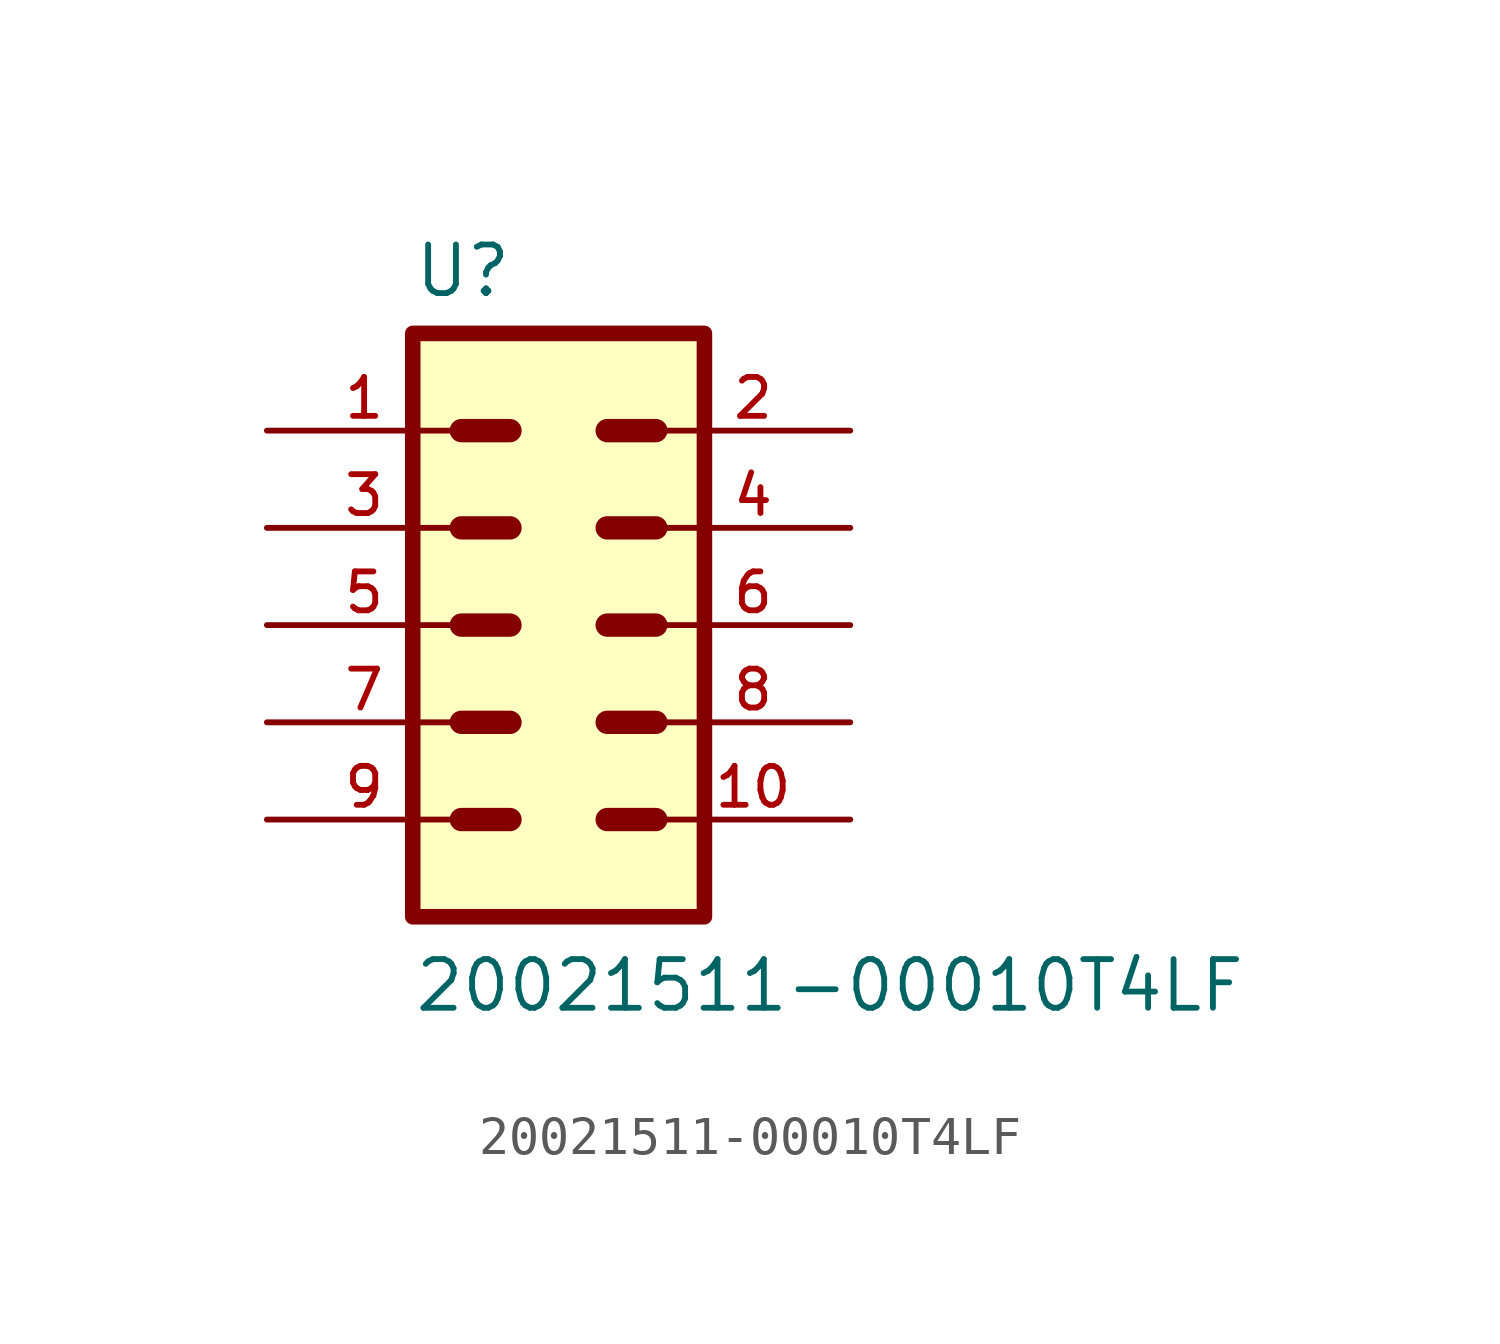
<source format=kicad_sym>
(kicad_symbol_lib
  (version 20211014)
  (generator kicad_symbol_editor)
  (symbol "20021511-00010T4LF"
    (pin_names
      (offset 1.016))
    (property "Reference" "U"
      (at -3.81 8.509 0)
      (effects (font (size 1.27 1.27)) (justify bottom left)))
    (property "Value" "20021511-00010T4LF"
      (at -3.81 -10.16 0)
      (effects (font (size 1.27 1.27)) (justify bottom left)))
    (symbol "20021511-00010T4LF_0_0"
      (polyline (pts (xy 1.27 5.08) (xy 2.54 5.08)) (stroke (width 0.61)))
      (polyline (pts (xy 1.27 2.54) (xy 2.54 2.54)) (stroke (width 0.61)))
      (polyline (pts (xy 1.27 0.0) (xy 2.54 0.0)) (stroke (width 0.61)))
      (polyline (pts (xy 1.27 -2.54) (xy 2.54 -2.54)) (stroke (width 0.61)))
      (polyline (pts (xy 1.27 -5.08) (xy 2.54 -5.08)) (stroke (width 0.61)))
      (polyline (pts (xy -2.54 5.08) (xy -1.27 5.08)) (stroke (width 0.61)))
      (polyline (pts (xy -2.54 2.54) (xy -1.27 2.54)) (stroke (width 0.61)))
      (polyline (pts (xy -2.54 0.0) (xy -1.27 0.0)) (stroke (width 0.61)))
      (polyline (pts (xy -2.54 -2.54) (xy -1.27 -2.54)) (stroke (width 0.61)))
      (polyline (pts (xy -2.54 -5.08) (xy -1.27 -5.08)) (stroke (width 0.61)))
      (rectangle (start -3.81 -7.62) (end 3.81 7.62) (stroke (width 0.406)) (fill (type background)))
      (pin passive line (at -7.62 5.08 0) (length 5.08) (name "~" (effects (font (size 1.016 1.016)))) (number "1" (effects (font (size 1.016 1.016)))))
      (pin passive line (at -7.62 2.54 0) (length 5.08) (name "~" (effects (font (size 1.016 1.016)))) (number "3" (effects (font (size 1.016 1.016)))))
      (pin passive line (at -7.62 0.0 0) (length 5.08) (name "~" (effects (font (size 1.016 1.016)))) (number "5" (effects (font (size 1.016 1.016)))))
      (pin passive line (at -7.62 -2.54 0) (length 5.08) (name "~" (effects (font (size 1.016 1.016)))) (number "7" (effects (font (size 1.016 1.016)))))
      (pin passive line (at -7.62 -5.08 0) (length 5.08) (name "~" (effects (font (size 1.016 1.016)))) (number "9" (effects (font (size 1.016 1.016)))))
      (pin passive line (at 7.62 5.08 180.0) (length 5.08) (name "~" (effects (font (size 1.016 1.016)))) (number "2" (effects (font (size 1.016 1.016)))))
      (pin passive line (at 7.62 2.54 180.0) (length 5.08) (name "~" (effects (font (size 1.016 1.016)))) (number "4" (effects (font (size 1.016 1.016)))))
      (pin passive line (at 7.62 0.0 180.0) (length 5.08) (name "~" (effects (font (size 1.016 1.016)))) (number "6" (effects (font (size 1.016 1.016)))))
      (pin passive line (at 7.62 -2.54 180.0) (length 5.08) (name "~" (effects (font (size 1.016 1.016)))) (number "8" (effects (font (size 1.016 1.016)))))
      (pin passive line (at 7.62 -5.08 180.0) (length 5.08) (name "~" (effects (font (size 1.016 1.016)))) (number "10" (effects (font (size 1.016 1.016))))))))
</source>
